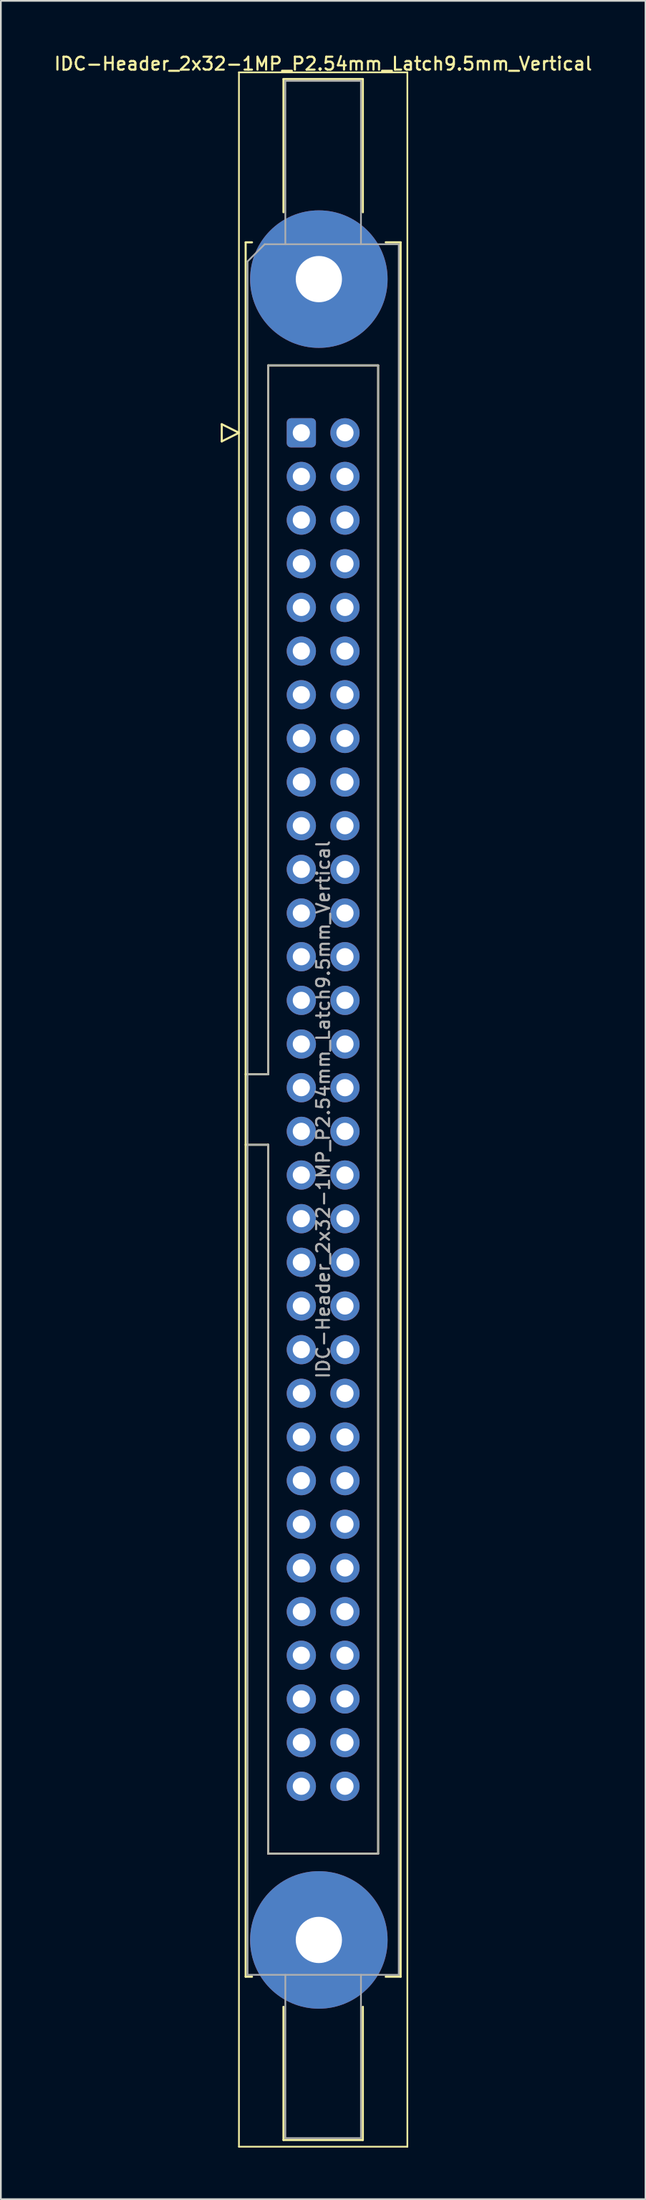
<source format=kicad_pcb>
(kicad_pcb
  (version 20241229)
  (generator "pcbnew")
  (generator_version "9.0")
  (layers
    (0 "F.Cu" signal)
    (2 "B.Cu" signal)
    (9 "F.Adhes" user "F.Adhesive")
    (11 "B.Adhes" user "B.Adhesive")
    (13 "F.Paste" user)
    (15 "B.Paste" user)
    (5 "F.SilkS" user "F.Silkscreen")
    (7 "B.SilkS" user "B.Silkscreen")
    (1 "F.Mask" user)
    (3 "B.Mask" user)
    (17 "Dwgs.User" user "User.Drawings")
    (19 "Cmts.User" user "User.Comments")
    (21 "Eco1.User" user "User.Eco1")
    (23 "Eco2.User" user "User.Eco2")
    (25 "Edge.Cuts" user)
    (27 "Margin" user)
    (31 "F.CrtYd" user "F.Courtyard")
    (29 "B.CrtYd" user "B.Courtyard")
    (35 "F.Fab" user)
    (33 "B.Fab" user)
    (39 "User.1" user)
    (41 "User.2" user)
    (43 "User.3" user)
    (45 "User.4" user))
  (footprint "IDC-Header_2x32-1MP_P2.54mm_Latch9.5mm_Vertical"
    (layer "F.Cu")
    (at 14.485 22.128)
    (property "Reference" "IDC-Header_2x32-1MP_P2.54mm_Latch9.5mm_Vertical" (at 1.27 -21.47 0) (layer "F.SilkS") (effects (font (size 0.75 0.75) (thickness 0.125))))
    (attr through_hole)
    (fp_line (start -4.63 -0.5) (end -4.63 0.5) (stroke (width 0.12) (type solid)) (layer "F.SilkS"))
    (fp_line (start -4.63 0.5) (end -3.63 0) (stroke (width 0.12) (type solid)) (layer "F.SilkS"))
    (fp_line (start -3.63 -20.97) (end -3.63 99.71) (stroke (width 0.1) (type solid)) (layer "F.SilkS"))
    (fp_line (start -3.63 0) (end -4.63 -0.5) (stroke (width 0.12) (type solid)) (layer "F.SilkS"))
    (fp_line (start -3.63 99.71) (end 6.17 99.71) (stroke (width 0.1) (type solid)) (layer "F.SilkS"))
    (fp_line (start -3.24 -11.08) (end -3.24 89.82) (stroke (width 0.12) (type solid)) (layer "F.SilkS"))
    (fp_line (start -3.24 37.32) (end -1.93 37.32) (stroke (width 0.12) (type solid)) (layer "F.SilkS"))
    (fp_line (start -3.24 89.82) (end -2.87 89.82) (stroke (width 0.12) (type solid)) (layer "F.SilkS"))
    (fp_line (start -2.87 -11.08) (end -3.24 -11.08) (stroke (width 0.12) (type solid)) (layer "F.SilkS"))
    (fp_line (start -1.93 -3.92) (end 4.47 -3.92) (stroke (width 0.12) (type solid)) (layer "F.SilkS"))
    (fp_line (start -1.93 37.32) (end -1.93 -3.92) (stroke (width 0.12) (type solid)) (layer "F.SilkS"))
    (fp_line (start -1.93 41.42) (end -3.24 41.42) (stroke (width 0.12) (type solid)) (layer "F.SilkS"))
    (fp_line (start -1.93 41.42) (end -1.93 41.42) (stroke (width 0.12) (type solid)) (layer "F.SilkS"))
    (fp_line (start -1.93 82.66) (end -1.93 41.42) (stroke (width 0.12) (type solid)) (layer "F.SilkS"))
    (fp_line (start -1.04 -20.58) (end 3.58 -20.58) (stroke (width 0.12) (type solid)) (layer "F.SilkS"))
    (fp_line (start -1.04 -12.83) (end -1.04 -20.58) (stroke (width 0.12) (type solid)) (layer "F.SilkS"))
    (fp_line (start -1.04 91.57) (end -1.04 99.32) (stroke (width 0.12) (type solid)) (layer "F.SilkS"))
    (fp_line (start -1.04 99.32) (end 3.58 99.32) (stroke (width 0.12) (type solid)) (layer "F.SilkS"))
    (fp_line (start 3.58 -20.58) (end 3.58 -12.83) (stroke (width 0.12) (type solid)) (layer "F.SilkS"))
    (fp_line (start 3.58 99.32) (end 3.58 91.57) (stroke (width 0.12) (type solid)) (layer "F.SilkS"))
    (fp_line (start 4.47 -3.92) (end 4.47 82.66) (stroke (width 0.12) (type solid)) (layer "F.SilkS"))
    (fp_line (start 4.47 82.66) (end -1.93 82.66) (stroke (width 0.12) (type solid)) (layer "F.SilkS"))
    (fp_line (start 4.91 -11.08) (end 5.78 -11.08) (stroke (width 0.12) (type solid)) (layer "F.SilkS"))
    (fp_line (start 5.78 -11.08) (end 5.78 89.82) (stroke (width 0.12) (type solid)) (layer "F.SilkS"))
    (fp_line (start 5.78 89.82) (end 4.91 89.82) (stroke (width 0.12) (type solid)) (layer "F.SilkS"))
    (fp_line (start 6.17 -20.97) (end -3.63 -20.97) (stroke (width 0.1) (type solid)) (layer "F.SilkS"))
    (fp_line (start 6.17 99.71) (end 6.17 -20.97) (stroke (width 0.1) (type solid)) (layer "F.SilkS"))
    (fp_line (start -3.13 -9.97) (end -2.13 -10.97) (stroke (width 0.1) (type solid)) (layer "F.Fab"))
    (fp_line (start -3.13 37.32) (end -1.93 37.32) (stroke (width 0.1) (type solid)) (layer "F.Fab"))
    (fp_line (start -3.13 89.71) (end -3.13 -9.97) (stroke (width 0.1) (type solid)) (layer "F.Fab"))
    (fp_line (start -2.13 -10.97) (end 5.67 -10.97) (stroke (width 0.1) (type solid)) (layer "F.Fab"))
    (fp_line (start -1.93 -3.92) (end 4.47 -3.92) (stroke (width 0.1) (type solid)) (layer "F.Fab"))
    (fp_line (start -1.93 37.32) (end -1.93 -3.92) (stroke (width 0.1) (type solid)) (layer "F.Fab"))
    (fp_line (start -1.93 41.42) (end -3.13 41.42) (stroke (width 0.1) (type solid)) (layer "F.Fab"))
    (fp_line (start -1.93 41.42) (end -1.93 41.42) (stroke (width 0.1) (type solid)) (layer "F.Fab"))
    (fp_line (start -1.93 82.66) (end -1.93 41.42) (stroke (width 0.1) (type solid)) (layer "F.Fab"))
    (fp_line (start -0.93 -20.47) (end 3.47 -20.47) (stroke (width 0.1) (type solid)) (layer "F.Fab"))
    (fp_line (start -0.93 -10.97) (end -0.93 -20.47) (stroke (width 0.1) (type solid)) (layer "F.Fab"))
    (fp_line (start -0.93 89.71) (end -0.93 99.21) (stroke (width 0.1) (type solid)) (layer "F.Fab"))
    (fp_line (start -0.93 99.21) (end 3.47 99.21) (stroke (width 0.1) (type solid)) (layer "F.Fab"))
    (fp_line (start 3.47 -20.47) (end 3.47 -10.97) (stroke (width 0.1) (type solid)) (layer "F.Fab"))
    (fp_line (start 3.47 99.21) (end 3.47 89.71) (stroke (width 0.1) (type solid)) (layer "F.Fab"))
    (fp_line (start 4.47 -3.92) (end 4.47 82.66) (stroke (width 0.1) (type solid)) (layer "F.Fab"))
    (fp_line (start 4.47 82.66) (end -1.93 82.66) (stroke (width 0.1) (type solid)) (layer "F.Fab"))
    (fp_line (start 5.67 -10.97) (end 5.67 89.71) (stroke (width 0.1) (type solid)) (layer "F.Fab"))
    (fp_line (start 5.67 89.71) (end -3.13 89.71) (stroke (width 0.1) (type solid)) (layer "F.Fab"))
    (fp_text user "${REFERENCE}" (at 1.27 39.37 90) (layer "F.Fab") (effects (font (size 0.75 0.75) (thickness 0.125))))
    (pad "1" thru_hole roundrect (at 0 0) (size 1.7 1.7) (drill 1) (layers "*.Cu" "*.Mask") (roundrect_rratio 0.147))
    (pad "2" thru_hole circle (at 2.54 0) (size 1.7 1.7) (drill 1) (layers "*.Cu" "*.Mask"))
    (pad "3" thru_hole circle (at 0 2.54) (size 1.7 1.7) (drill 1) (layers "*.Cu" "*.Mask"))
    (pad "4" thru_hole circle (at 2.54 2.54) (size 1.7 1.7) (drill 1) (layers "*.Cu" "*.Mask"))
    (pad "5" thru_hole circle (at 0 5.08) (size 1.7 1.7) (drill 1) (layers "*.Cu" "*.Mask"))
    (pad "6" thru_hole circle (at 2.54 5.08) (size 1.7 1.7) (drill 1) (layers "*.Cu" "*.Mask"))
    (pad "7" thru_hole circle (at 0 7.62) (size 1.7 1.7) (drill 1) (layers "*.Cu" "*.Mask"))
    (pad "8" thru_hole circle (at 2.54 7.62) (size 1.7 1.7) (drill 1) (layers "*.Cu" "*.Mask"))
    (pad "9" thru_hole circle (at 0 10.16) (size 1.7 1.7) (drill 1) (layers "*.Cu" "*.Mask"))
    (pad "10" thru_hole circle (at 2.54 10.16) (size 1.7 1.7) (drill 1) (layers "*.Cu" "*.Mask"))
    (pad "11" thru_hole circle (at 0 12.7) (size 1.7 1.7) (drill 1) (layers "*.Cu" "*.Mask"))
    (pad "12" thru_hole circle (at 2.54 12.7) (size 1.7 1.7) (drill 1) (layers "*.Cu" "*.Mask"))
    (pad "13" thru_hole circle (at 0 15.24) (size 1.7 1.7) (drill 1) (layers "*.Cu" "*.Mask"))
    (pad "14" thru_hole circle (at 2.54 15.24) (size 1.7 1.7) (drill 1) (layers "*.Cu" "*.Mask"))
    (pad "15" thru_hole circle (at 0 17.78) (size 1.7 1.7) (drill 1) (layers "*.Cu" "*.Mask"))
    (pad "16" thru_hole circle (at 2.54 17.78) (size 1.7 1.7) (drill 1) (layers "*.Cu" "*.Mask"))
    (pad "17" thru_hole circle (at 0 20.32) (size 1.7 1.7) (drill 1) (layers "*.Cu" "*.Mask"))
    (pad "18" thru_hole circle (at 2.54 20.32) (size 1.7 1.7) (drill 1) (layers "*.Cu" "*.Mask"))
    (pad "19" thru_hole circle (at 0 22.86) (size 1.7 1.7) (drill 1) (layers "*.Cu" "*.Mask"))
    (pad "20" thru_hole circle (at 2.54 22.86) (size 1.7 1.7) (drill 1) (layers "*.Cu" "*.Mask"))
    (pad "21" thru_hole circle (at 0 25.4) (size 1.7 1.7) (drill 1) (layers "*.Cu" "*.Mask"))
    (pad "22" thru_hole circle (at 2.54 25.4) (size 1.7 1.7) (drill 1) (layers "*.Cu" "*.Mask"))
    (pad "23" thru_hole circle (at 0 27.94) (size 1.7 1.7) (drill 1) (layers "*.Cu" "*.Mask"))
    (pad "24" thru_hole circle (at 2.54 27.94) (size 1.7 1.7) (drill 1) (layers "*.Cu" "*.Mask"))
    (pad "25" thru_hole circle (at 0 30.48) (size 1.7 1.7) (drill 1) (layers "*.Cu" "*.Mask"))
    (pad "26" thru_hole circle (at 2.54 30.48) (size 1.7 1.7) (drill 1) (layers "*.Cu" "*.Mask"))
    (pad "27" thru_hole circle (at 0 33.02) (size 1.7 1.7) (drill 1) (layers "*.Cu" "*.Mask"))
    (pad "28" thru_hole circle (at 2.54 33.02) (size 1.7 1.7) (drill 1) (layers "*.Cu" "*.Mask"))
    (pad "29" thru_hole circle (at 0 35.56) (size 1.7 1.7) (drill 1) (layers "*.Cu" "*.Mask"))
    (pad "30" thru_hole circle (at 2.54 35.56) (size 1.7 1.7) (drill 1) (layers "*.Cu" "*.Mask"))
    (pad "31" thru_hole circle (at 0 38.1) (size 1.7 1.7) (drill 1) (layers "*.Cu" "*.Mask"))
    (pad "32" thru_hole circle (at 2.54 38.1) (size 1.7 1.7) (drill 1) (layers "*.Cu" "*.Mask"))
    (pad "33" thru_hole circle (at 0 40.64) (size 1.7 1.7) (drill 1) (layers "*.Cu" "*.Mask"))
    (pad "34" thru_hole circle (at 2.54 40.64) (size 1.7 1.7) (drill 1) (layers "*.Cu" "*.Mask"))
    (pad "35" thru_hole circle (at 0 43.18) (size 1.7 1.7) (drill 1) (layers "*.Cu" "*.Mask"))
    (pad "36" thru_hole circle (at 2.54 43.18) (size 1.7 1.7) (drill 1) (layers "*.Cu" "*.Mask"))
    (pad "37" thru_hole circle (at 0 45.72) (size 1.7 1.7) (drill 1) (layers "*.Cu" "*.Mask"))
    (pad "38" thru_hole circle (at 2.54 45.72) (size 1.7 1.7) (drill 1) (layers "*.Cu" "*.Mask"))
    (pad "39" thru_hole circle (at 0 48.26) (size 1.7 1.7) (drill 1) (layers "*.Cu" "*.Mask"))
    (pad "40" thru_hole circle (at 2.54 48.26) (size 1.7 1.7) (drill 1) (layers "*.Cu" "*.Mask"))
    (pad "41" thru_hole circle (at 0 50.8) (size 1.7 1.7) (drill 1) (layers "*.Cu" "*.Mask"))
    (pad "42" thru_hole circle (at 2.54 50.8) (size 1.7 1.7) (drill 1) (layers "*.Cu" "*.Mask"))
    (pad "43" thru_hole circle (at 0 53.34) (size 1.7 1.7) (drill 1) (layers "*.Cu" "*.Mask"))
    (pad "44" thru_hole circle (at 2.54 53.34) (size 1.7 1.7) (drill 1) (layers "*.Cu" "*.Mask"))
    (pad "45" thru_hole circle (at 0 55.88) (size 1.7 1.7) (drill 1) (layers "*.Cu" "*.Mask"))
    (pad "46" thru_hole circle (at 2.54 55.88) (size 1.7 1.7) (drill 1) (layers "*.Cu" "*.Mask"))
    (pad "47" thru_hole circle (at 0 58.42) (size 1.7 1.7) (drill 1) (layers "*.Cu" "*.Mask"))
    (pad "48" thru_hole circle (at 2.54 58.42) (size 1.7 1.7) (drill 1) (layers "*.Cu" "*.Mask"))
    (pad "49" thru_hole circle (at 0 60.96) (size 1.7 1.7) (drill 1) (layers "*.Cu" "*.Mask"))
    (pad "50" thru_hole circle (at 2.54 60.96) (size 1.7 1.7) (drill 1) (layers "*.Cu" "*.Mask"))
    (pad "51" thru_hole circle (at 0 63.5) (size 1.7 1.7) (drill 1) (layers "*.Cu" "*.Mask"))
    (pad "52" thru_hole circle (at 2.54 63.5) (size 1.7 1.7) (drill 1) (layers "*.Cu" "*.Mask"))
    (pad "53" thru_hole circle (at 0 66.04) (size 1.7 1.7) (drill 1) (layers "*.Cu" "*.Mask"))
    (pad "54" thru_hole circle (at 2.54 66.04) (size 1.7 1.7) (drill 1) (layers "*.Cu" "*.Mask"))
    (pad "55" thru_hole circle (at 0 68.58) (size 1.7 1.7) (drill 1) (layers "*.Cu" "*.Mask"))
    (pad "56" thru_hole circle (at 2.54 68.58) (size 1.7 1.7) (drill 1) (layers "*.Cu" "*.Mask"))
    (pad "57" thru_hole circle (at 0 71.12) (size 1.7 1.7) (drill 1) (layers "*.Cu" "*.Mask"))
    (pad "58" thru_hole circle (at 2.54 71.12) (size 1.7 1.7) (drill 1) (layers "*.Cu" "*.Mask"))
    (pad "59" thru_hole circle (at 0 73.66) (size 1.7 1.7) (drill 1) (layers "*.Cu" "*.Mask"))
    (pad "60" thru_hole circle (at 2.54 73.66) (size 1.7 1.7) (drill 1) (layers "*.Cu" "*.Mask"))
    (pad "61" thru_hole circle (at 0 76.2) (size 1.7 1.7) (drill 1) (layers "*.Cu" "*.Mask"))
    (pad "62" thru_hole circle (at 2.54 76.2) (size 1.7 1.7) (drill 1) (layers "*.Cu" "*.Mask"))
    (pad "63" thru_hole circle (at 0 78.74) (size 1.7 1.7) (drill 1) (layers "*.Cu" "*.Mask"))
    (pad "64" thru_hole circle (at 2.54 78.74) (size 1.7 1.7) (drill 1) (layers "*.Cu" "*.Mask"))
    (pad "MP" thru_hole circle (at 1.02 -8.94) (size 8 8) (drill 2.69) (layers "*.Cu" "*.Mask"))
    (pad "MP" thru_hole circle (at 1.02 87.68) (size 8 8) (drill 2.69) (layers "*.Cu" "*.Mask")))
  (gr_rect
    (start -3 -3)
    (end 34.511 124.888)
    (stroke (width 0.1) (type default))
    (fill no)
    (layer "Edge.Cuts")))
</source>
